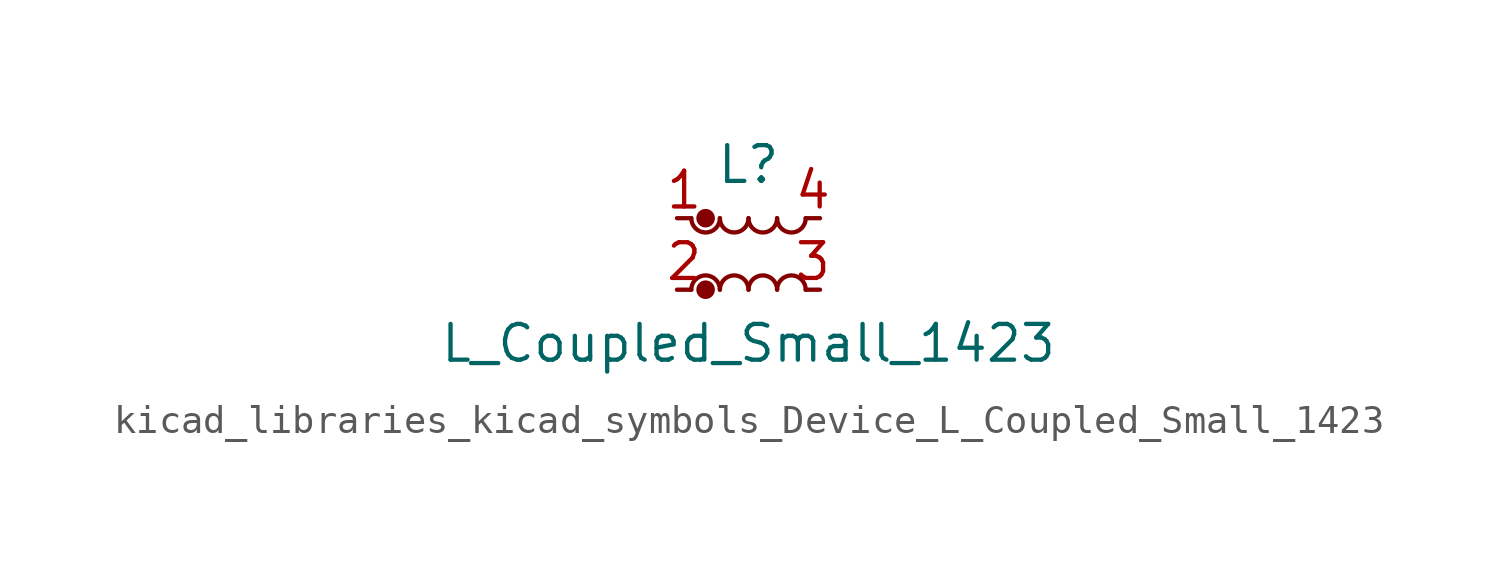
<source format=kicad_sym>
(kicad_symbol_lib
  (version 20220914)
  (generator kicad_symbol_editor)
  (symbol "kicad_libraries_kicad_symbols_Device_L_Coupled_Small_1423"
    (pin_names
      (offset 0.254) hide)
    (property "Reference" "L"
      (at 0 3.175 0)
      (effects (font (size 1.27 1.27))))
    (property "Value" "L_Coupled_Small_1423"
      (at 0 -3.175 0)
      (effects (font (size 1.27 1.27))))
    (symbol "kicad_libraries_kicad_symbols_Device_L_Coupled_Small_1423_0_1"
      (arc (start -2.032 1.27) (mid -1.524 0.7642) (end -1.016 1.27) (stroke (width 0) (type default)) (fill (type none)))
      (circle (center -1.524 -1.27) (radius 0.254) (stroke (width 0) (type default)) (fill (type outline)))
      (circle (center -1.524 1.27) (radius 0.254) (stroke (width 0) (type default)) (fill (type outline)))
      (arc (start -1.016 -1.27) (mid -1.524 -0.7642) (end -2.032 -1.27) (stroke (width 0) (type default)) (fill (type none)))
      (arc (start -1.016 1.27) (mid -0.508 0.7642) (end 0 1.27) (stroke (width 0) (type default)) (fill (type none)))
      (arc (start 0 -1.27) (mid -0.508 -0.7642) (end -1.016 -1.27) (stroke (width 0) (type default)) (fill (type none)))
      (arc (start 0 1.27) (mid 0.508 0.7642) (end 1.016 1.27) (stroke (width 0) (type default)) (fill (type none)))
      (arc (start 1.016 -1.27) (mid 0.508 -0.7642) (end 0 -1.27) (stroke (width 0) (type default)) (fill (type none)))
      (arc (start 1.016 1.27) (mid 1.524 0.7642) (end 2.032 1.27) (stroke (width 0) (type default)) (fill (type none)))
      (arc (start 2.032 -1.27) (mid 1.524 -0.7642) (end 1.016 -1.27) (stroke (width 0) (type default)) (fill (type none))))
    (symbol "kicad_libraries_kicad_symbols_Device_L_Coupled_Small_1423_1_1"
      (pin passive line (at -2.54 1.27 0) (length 0.508) (name "1" (effects (font (size 1.27 1.27)))) (number "1" (effects (font (size 1.27 1.27)))))
      (pin passive line (at -2.54 -1.27 0) (length 0.508) (name "2" (effects (font (size 1.27 1.27)))) (number "2" (effects (font (size 1.27 1.27)))))
      (pin passive line (at 2.54 -1.27 180) (length 0.508) (name "3" (effects (font (size 1.27 1.27)))) (number "3" (effects (font (size 1.27 1.27)))))
      (pin passive line (at 2.54 1.27 180) (length 0.508) (name "4" (effects (font (size 1.27 1.27)))) (number "4" (effects (font (size 1.27 1.27))))))))
</source>
